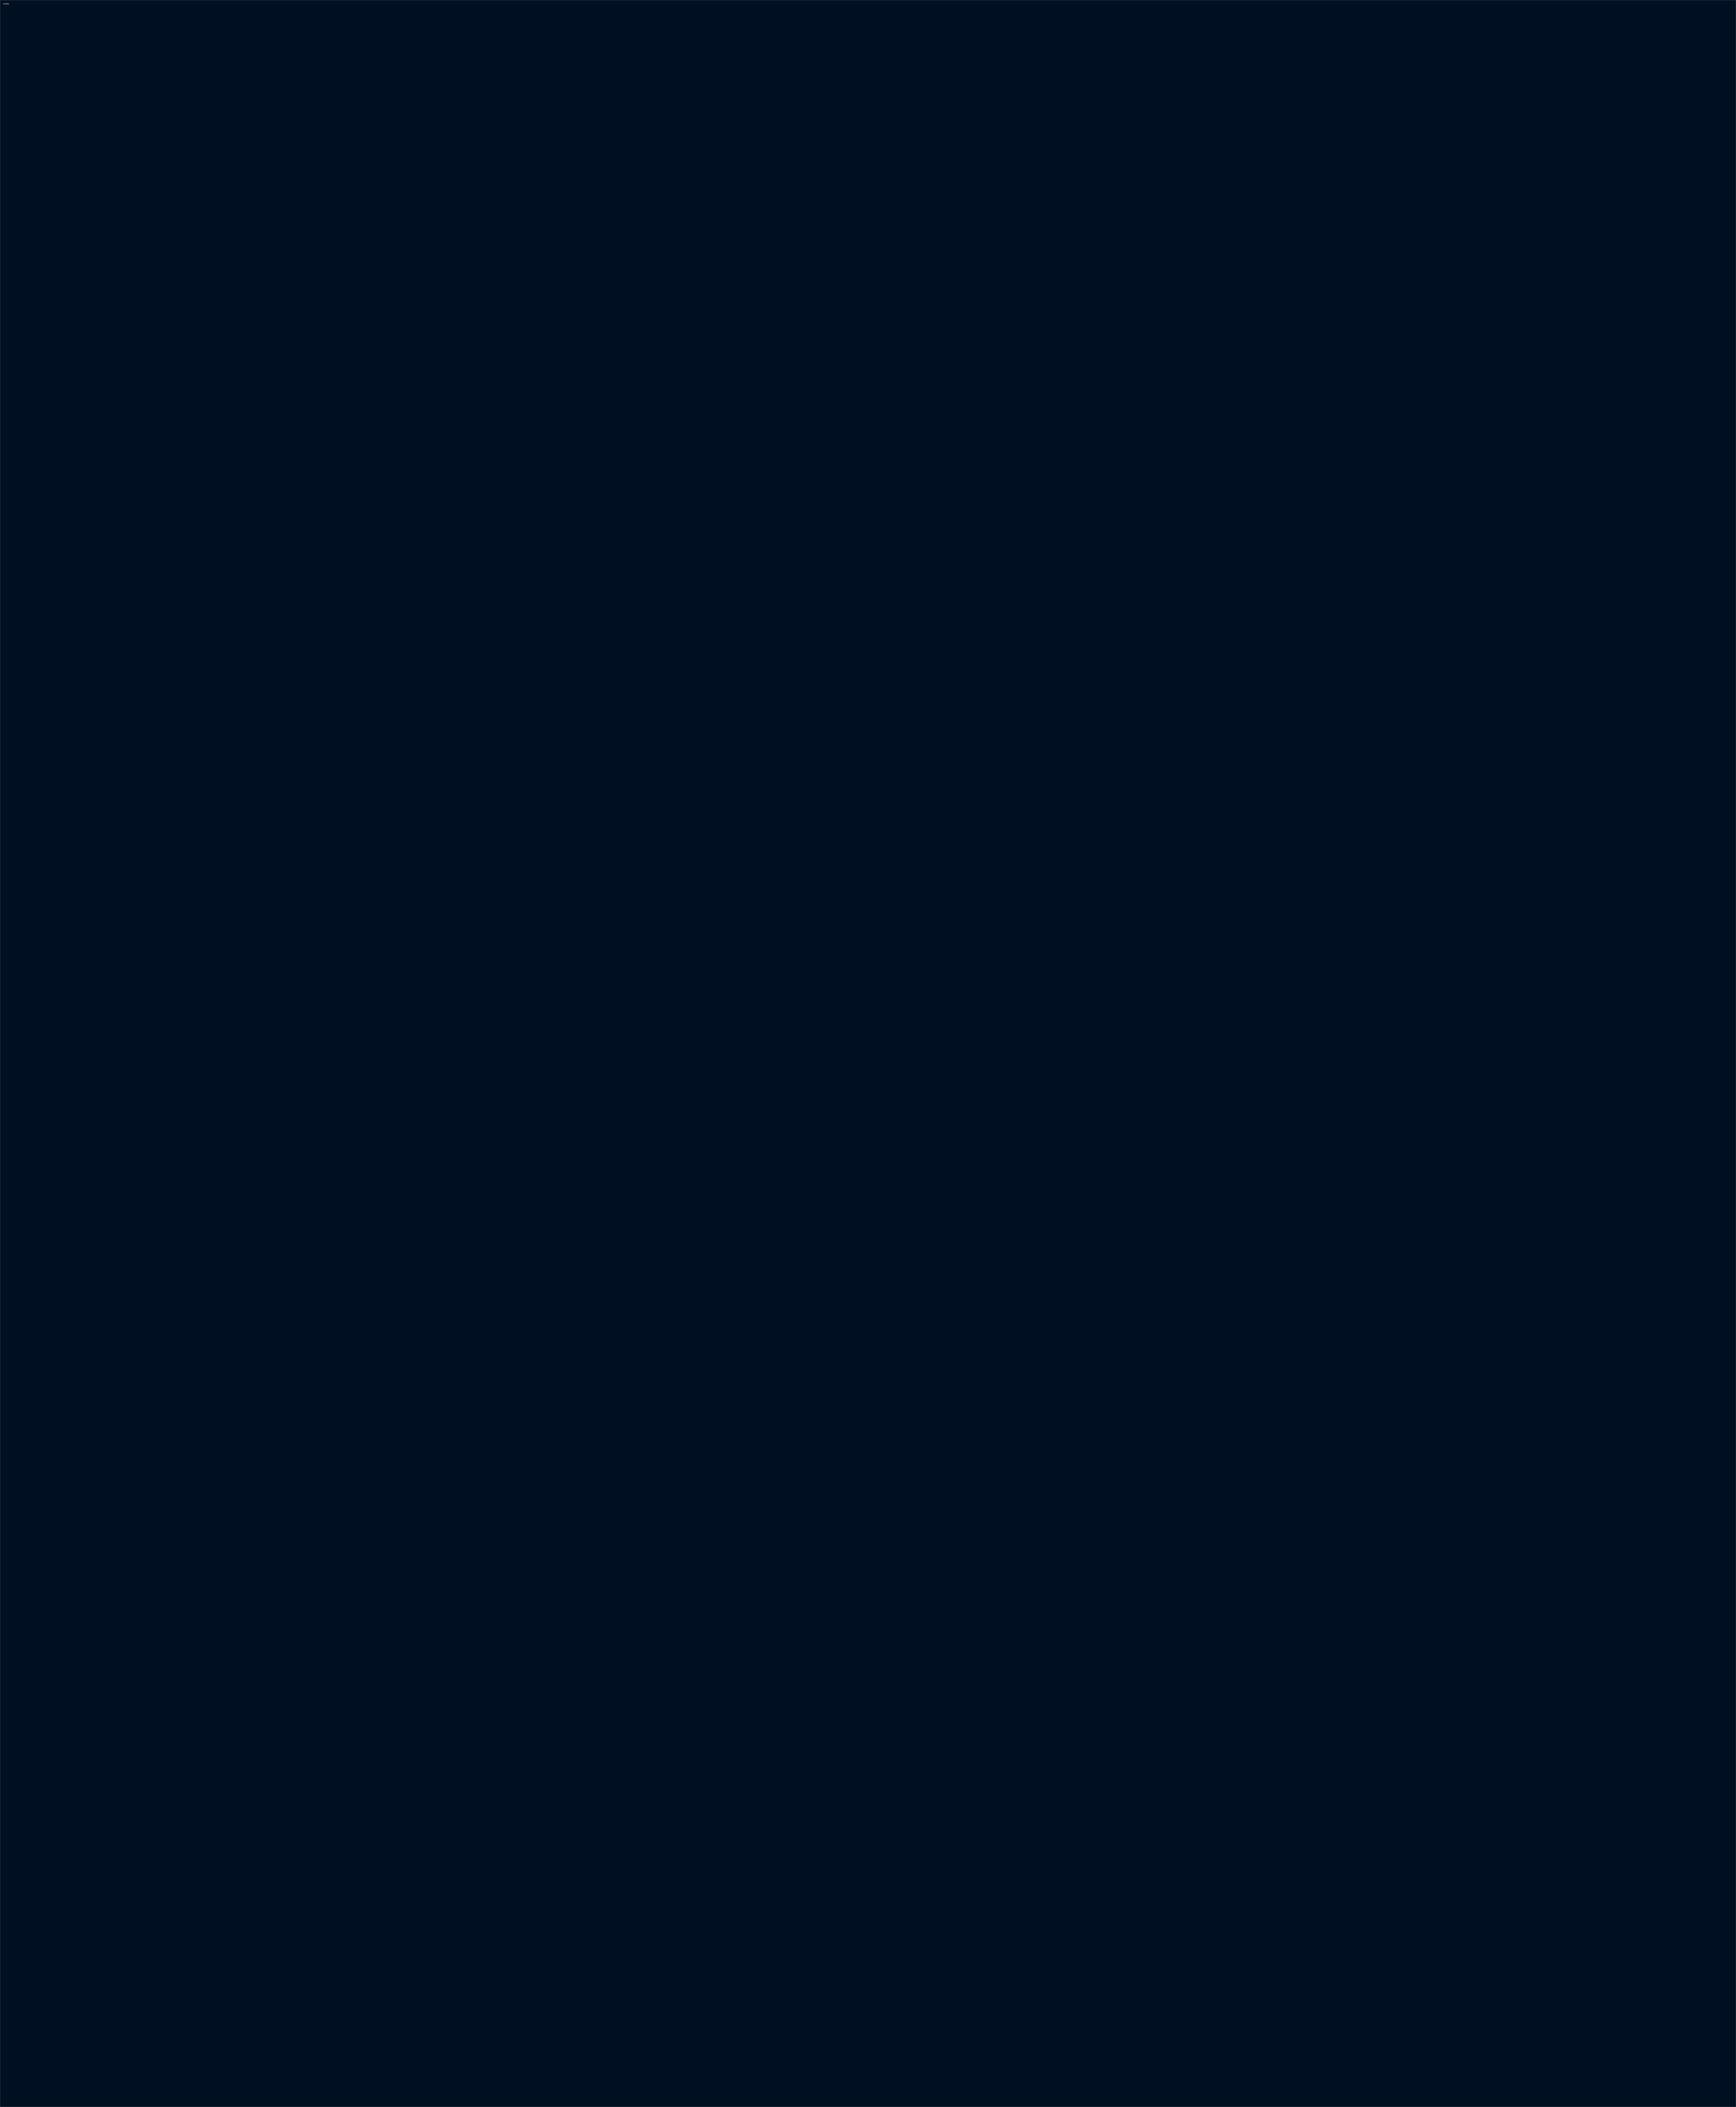
<source format=kicad_pcb>
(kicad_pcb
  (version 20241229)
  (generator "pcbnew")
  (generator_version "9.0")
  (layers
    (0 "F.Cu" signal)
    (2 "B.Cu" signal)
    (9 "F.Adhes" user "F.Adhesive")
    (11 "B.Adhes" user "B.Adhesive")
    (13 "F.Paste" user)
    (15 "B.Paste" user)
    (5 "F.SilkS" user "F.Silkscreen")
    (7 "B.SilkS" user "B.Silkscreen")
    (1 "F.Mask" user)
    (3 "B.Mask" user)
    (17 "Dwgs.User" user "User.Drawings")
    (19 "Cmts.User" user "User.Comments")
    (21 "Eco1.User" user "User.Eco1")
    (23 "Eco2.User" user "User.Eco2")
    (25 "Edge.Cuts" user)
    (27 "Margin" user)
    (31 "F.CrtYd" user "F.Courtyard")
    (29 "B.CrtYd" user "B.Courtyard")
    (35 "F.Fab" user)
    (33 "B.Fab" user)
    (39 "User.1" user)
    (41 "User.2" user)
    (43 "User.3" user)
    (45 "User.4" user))
  (footprint "PGA208"
    (layer "F.Cu")
    (at 2.982 0.848)
    (property "Reference" "PGA208" (at 0 0 0) (layer "F.SilkS") (effects (font (size 1 1) (thickness 0.15))))
    (attr through_hole)
    (pad "0" thru_hole circle (at 255 233) (size 0.037 0.037) (drill 0.032) (layers "*.Cu" "*.Mask"))
    (pad "1" thru_hole circle (at 355 433) (size 0.037 0.037) (drill 0.032) (layers "*.Cu" "*.Mask"))
    (pad "2" thru_hole circle (at 155 233) (size 0.037 0.037) (drill 0.032) (layers "*.Cu" "*.Mask"))
    (pad "3" thru_hole circle (at 455 533) (size 0.037 0.037) (drill 0.032) (layers "*.Cu" "*.Mask"))
    (pad "4" thru_hole circle (at 255 333) (size 0.037 0.037) (drill 0.032) (layers "*.Cu" "*.Mask"))
    (pad "5" thru_hole circle (at 355 533) (size 0.037 0.037) (drill 0.032) (layers "*.Cu" "*.Mask"))
    (pad "6" thru_hole circle (at 155 333) (size 0.037 0.037) (drill 0.032) (layers "*.Cu" "*.Mask"))
    (pad "7" thru_hole circle (at 455 633) (size 0.037 0.037) (drill 0.032) (layers "*.Cu" "*.Mask"))
    (pad "8" thru_hole circle (at 255 433) (size 0.037 0.037) (drill 0.032) (layers "*.Cu" "*.Mask"))
    (pad "9" thru_hole circle (at 355 633) (size 0.037 0.037) (drill 0.032) (layers "*.Cu" "*.Mask"))
    (pad "10" thru_hole circle (at 155 433) (size 0.037 0.037) (drill 0.032) (layers "*.Cu" "*.Mask"))
    (pad "11" thru_hole circle (at 455 733) (size 0.037 0.037) (drill 0.032) (layers "*.Cu" "*.Mask"))
    (pad "12" thru_hole circle (at 255 533) (size 0.037 0.037) (drill 0.032) (layers "*.Cu" "*.Mask"))
    (pad "13" thru_hole circle (at 355 733) (size 0.037 0.037) (drill 0.032) (layers "*.Cu" "*.Mask"))
    (pad "14" thru_hole circle (at 155 533) (size 0.037 0.037) (drill 0.032) (layers "*.Cu" "*.Mask"))
    (pad "15" thru_hole circle (at 355 833) (size 0.037 0.037) (drill 0.032) (layers "*.Cu" "*.Mask"))
    (pad "16" thru_hole circle (at 255 633) (size 0.037 0.037) (drill 0.032) (layers "*.Cu" "*.Mask"))
    (pad "17" thru_hole circle (at 455 833) (size 0.037 0.037) (drill 0.032) (layers "*.Cu" "*.Mask"))
    (pad "18" thru_hole circle (at 155 633) (size 0.037 0.037) (drill 0.032) (layers "*.Cu" "*.Mask"))
    (pad "19" thru_hole circle (at 255 833) (size 0.037 0.037) (drill 0.032) (layers "*.Cu" "*.Mask"))
    (pad "20" thru_hole circle (at 255 733) (size 0.037 0.037) (drill 0.032) (layers "*.Cu" "*.Mask"))
    (pad "21" thru_hole circle (at 255 1033) (size 0.037 0.037) (drill 0.032) (layers "*.Cu" "*.Mask"))
    (pad "22" thru_hole circle (at 155 733) (size 0.037 0.037) (drill 0.032) (layers "*.Cu" "*.Mask"))
    (pad "23" thru_hole circle (at 355 1033) (size 0.037 0.037) (drill 0.032) (layers "*.Cu" "*.Mask"))
    (pad "24" thru_hole circle (at 155 833) (size 0.037 0.037) (drill 0.032) (layers "*.Cu" "*.Mask"))
    (pad "25" thru_hole circle (at 455 1033) (size 0.037 0.037) (drill 0.032) (layers "*.Cu" "*.Mask"))
    (pad "26" thru_hole circle (at 155 1033) (size 0.037 0.037) (drill 0.032) (layers "*.Cu" "*.Mask"))
    (pad "27" thru_hole circle (at 255 1133) (size 0.037 0.037) (drill 0.032) (layers "*.Cu" "*.Mask"))
    (pad "28" thru_hole circle (at 155 1133) (size 0.037 0.037) (drill 0.032) (layers "*.Cu" "*.Mask"))
    (pad "29" thru_hole circle (at 355 1133) (size 0.037 0.037) (drill 0.032) (layers "*.Cu" "*.Mask"))
    (pad "30" thru_hole circle (at 155 1233) (size 0.037 0.037) (drill 0.032) (layers "*.Cu" "*.Mask"))
    (pad "31" thru_hole circle (at 455 1133) (size 0.037 0.037) (drill 0.032) (layers "*.Cu" "*.Mask"))
    (pad "32" thru_hole circle (at 155 1333) (size 0.037 0.037) (drill 0.032) (layers "*.Cu" "*.Mask"))
    (pad "33" thru_hole circle (at 255 1233) (size 0.037 0.037) (drill 0.032) (layers "*.Cu" "*.Mask"))
    (pad "34" thru_hole circle (at 155 1433) (size 0.037 0.037) (drill 0.032) (layers "*.Cu" "*.Mask"))
    (pad "35" thru_hole circle (at 355 1233) (size 0.037 0.037) (drill 0.032) (layers "*.Cu" "*.Mask"))
    (pad "36" thru_hole circle (at 255 1333) (size 0.037 0.037) (drill 0.032) (layers "*.Cu" "*.Mask"))
    (pad "37" thru_hole circle (at 455 1233) (size 0.037 0.037) (drill 0.032) (layers "*.Cu" "*.Mask"))
    (pad "38" thru_hole circle (at 155 1633) (size 0.037 0.037) (drill 0.032) (layers "*.Cu" "*.Mask"))
    (pad "39" thru_hole circle (at 355 1333) (size 0.037 0.037) (drill 0.032) (layers "*.Cu" "*.Mask"))
    (pad "40" thru_hole circle (at 255 1433) (size 0.037 0.037) (drill 0.032) (layers "*.Cu" "*.Mask"))
    (pad "41" thru_hole circle (at 455 1333) (size 0.037 0.037) (drill 0.032) (layers "*.Cu" "*.Mask"))
    (pad "42" thru_hole circle (at 155 1833) (size 0.037 0.037) (drill 0.032) (layers "*.Cu" "*.Mask"))
    (pad "43" thru_hole circle (at 355 1433) (size 0.037 0.037) (drill 0.032) (layers "*.Cu" "*.Mask"))
    (pad "44" thru_hole circle (at 255 1633) (size 0.037 0.037) (drill 0.032) (layers "*.Cu" "*.Mask"))
    (pad "45" thru_hole circle (at 455 1433) (size 0.037 0.037) (drill 0.032) (layers "*.Cu" "*.Mask"))
    (pad "46" thru_hole circle (at 155 2033) (size 0.037 0.037) (drill 0.032) (layers "*.Cu" "*.Mask"))
    (pad "47" thru_hole circle (at 355 1633) (size 0.037 0.037) (drill 0.032) (layers "*.Cu" "*.Mask"))
    (pad "48" thru_hole circle (at 255 1833) (size 0.037 0.037) (drill 0.032) (layers "*.Cu" "*.Mask"))
    (pad "49" thru_hole circle (at 455 1633) (size 0.037 0.037) (drill 0.032) (layers "*.Cu" "*.Mask"))
    (pad "50" thru_hole circle (at 155 2133) (size 0.037 0.037) (drill 0.032) (layers "*.Cu" "*.Mask"))
    (pad "51" thru_hole circle (at 355 1833) (size 0.037 0.037) (drill 0.032) (layers "*.Cu" "*.Mask"))
    (pad "52" thru_hole circle (at 255 2033) (size 0.037 0.037) (drill 0.032) (layers "*.Cu" "*.Mask"))
    (pad "53" thru_hole circle (at 455 1833) (size 0.037 0.037) (drill 0.032) (layers "*.Cu" "*.Mask"))
    (pad "54" thru_hole circle (at 255 2133) (size 0.037 0.037) (drill 0.032) (layers "*.Cu" "*.Mask"))
    (pad "55" thru_hole circle (at 555 1633) (size 0.037 0.037) (drill 0.032) (layers "*.Cu" "*.Mask"))
    (pad "56" thru_hole circle (at 355 2033) (size 0.037 0.037) (drill 0.032) (layers "*.Cu" "*.Mask"))
    (pad "57" thru_hole circle (at 555 1833) (size 0.037 0.037) (drill 0.032) (layers "*.Cu" "*.Mask"))
    (pad "58" thru_hole circle (at 355 2133) (size 0.037 0.037) (drill 0.032) (layers "*.Cu" "*.Mask"))
    (pad "59" thru_hole circle (at 655 1633) (size 0.037 0.037) (drill 0.032) (layers "*.Cu" "*.Mask"))
    (pad "60" thru_hole circle (at 455 2033) (size 0.037 0.037) (drill 0.032) (layers "*.Cu" "*.Mask"))
    (pad "61" thru_hole circle (at 655 1833) (size 0.037 0.037) (drill 0.032) (layers "*.Cu" "*.Mask"))
    (pad "62" thru_hole circle (at 455 2133) (size 0.037 0.037) (drill 0.032) (layers "*.Cu" "*.Mask"))
    (pad "63" thru_hole circle (at 755 1633) (size 0.037 0.037) (drill 0.032) (layers "*.Cu" "*.Mask"))
    (pad "64" thru_hole circle (at 555 2033) (size 0.037 0.037) (drill 0.032) (layers "*.Cu" "*.Mask"))
    (pad "65" thru_hole circle (at 755 1833) (size 0.037 0.037) (drill 0.032) (layers "*.Cu" "*.Mask"))
    (pad "66" thru_hole circle (at 555 2133) (size 0.037 0.037) (drill 0.032) (layers "*.Cu" "*.Mask"))
    (pad "67" thru_hole circle (at 855 1833) (size 0.037 0.037) (drill 0.032) (layers "*.Cu" "*.Mask"))
    (pad "68" thru_hole circle (at 655 2033) (size 0.037 0.037) (drill 0.032) (layers "*.Cu" "*.Mask"))
    (pad "69" thru_hole circle (at 855 1633) (size 0.037 0.037) (drill 0.032) (layers "*.Cu" "*.Mask"))
    (pad "70" thru_hole circle (at 655 2133) (size 0.037 0.037) (drill 0.032) (layers "*.Cu" "*.Mask"))
    (pad "71" thru_hole circle (at 855 2033) (size 0.037 0.037) (drill 0.032) (layers "*.Cu" "*.Mask"))
    (pad "72" thru_hole circle (at 755 2033) (size 0.037 0.037) (drill 0.032) (layers "*.Cu" "*.Mask"))
    (pad "73" thru_hole circle (at 955 2033) (size 0.037 0.037) (drill 0.032) (layers "*.Cu" "*.Mask"))
    (pad "74" thru_hole circle (at 755 2133) (size 0.037 0.037) (drill 0.032) (layers "*.Cu" "*.Mask"))
    (pad "75" thru_hole circle (at 955 1833) (size 0.037 0.037) (drill 0.032) (layers "*.Cu" "*.Mask"))
    (pad "76" thru_hole circle (at 855 2133) (size 0.037 0.037) (drill 0.032) (layers "*.Cu" "*.Mask"))
    (pad "77" thru_hole circle (at 955 1633) (size 0.037 0.037) (drill 0.032) (layers "*.Cu" "*.Mask"))
    (pad "78" thru_hole circle (at 955 2133) (size 0.037 0.037) (drill 0.032) (layers "*.Cu" "*.Mask"))
    (pad "79" thru_hole circle (at 1055 2033) (size 0.037 0.037) (drill 0.032) (layers "*.Cu" "*.Mask"))
    (pad "80" thru_hole circle (at 1055 2133) (size 0.037 0.037) (drill 0.032) (layers "*.Cu" "*.Mask"))
    (pad "81" thru_hole circle (at 1055 1833) (size 0.037 0.037) (drill 0.032) (layers "*.Cu" "*.Mask"))
    (pad "82" thru_hole circle (at 1155 2133) (size 0.037 0.037) (drill 0.032) (layers "*.Cu" "*.Mask"))
    (pad "83" thru_hole circle (at 1055 1633) (size 0.037 0.037) (drill 0.032) (layers "*.Cu" "*.Mask"))
    (pad "84" thru_hole circle (at 1255 2133) (size 0.037 0.037) (drill 0.032) (layers "*.Cu" "*.Mask"))
    (pad "85" thru_hole circle (at 1155 2033) (size 0.037 0.037) (drill 0.032) (layers "*.Cu" "*.Mask"))
    (pad "86" thru_hole circle (at 1355 2133) (size 0.037 0.037) (drill 0.032) (layers "*.Cu" "*.Mask"))
    (pad "87" thru_hole circle (at 1155 1833) (size 0.037 0.037) (drill 0.032) (layers "*.Cu" "*.Mask"))
    (pad "88" thru_hole circle (at 1255 2033) (size 0.037 0.037) (drill 0.032) (layers "*.Cu" "*.Mask"))
    (pad "89" thru_hole circle (at 1155 1633) (size 0.037 0.037) (drill 0.032) (layers "*.Cu" "*.Mask"))
    (pad "90" thru_hole circle (at 1455 2133) (size 0.037 0.037) (drill 0.032) (layers "*.Cu" "*.Mask"))
    (pad "91" thru_hole circle (at 1255 1833) (size 0.037 0.037) (drill 0.032) (layers "*.Cu" "*.Mask"))
    (pad "92" thru_hole circle (at 1355 2033) (size 0.037 0.037) (drill 0.032) (layers "*.Cu" "*.Mask"))
    (pad "93" thru_hole circle (at 1255 1633) (size 0.037 0.037) (drill 0.032) (layers "*.Cu" "*.Mask"))
    (pad "94" thru_hole circle (at 1555 2133) (size 0.037 0.037) (drill 0.032) (layers "*.Cu" "*.Mask"))
    (pad "95" thru_hole circle (at 1355 1833) (size 0.037 0.037) (drill 0.032) (layers "*.Cu" "*.Mask"))
    (pad "96" thru_hole circle (at 1455 2033) (size 0.037 0.037) (drill 0.032) (layers "*.Cu" "*.Mask"))
    (pad "97" thru_hole circle (at 1355 1633) (size 0.037 0.037) (drill 0.032) (layers "*.Cu" "*.Mask"))
    (pad "98" thru_hole circle (at 1655 2133) (size 0.037 0.037) (drill 0.032) (layers "*.Cu" "*.Mask"))
    (pad "99" thru_hole circle (at 1455 1833) (size 0.037 0.037) (drill 0.032) (layers "*.Cu" "*.Mask"))
    (pad "100" thru_hole circle (at 1555 2033) (size 0.037 0.037) (drill 0.032) (layers "*.Cu" "*.Mask"))
    (pad "101" thru_hole circle (at 1455 1633) (size 0.037 0.037) (drill 0.032) (layers "*.Cu" "*.Mask"))
    (pad "102" thru_hole circle (at 1755 2133) (size 0.037 0.037) (drill 0.032) (layers "*.Cu" "*.Mask"))
    (pad "103" thru_hole circle (at 1555 1833) (size 0.037 0.037) (drill 0.032) (layers "*.Cu" "*.Mask"))
    (pad "104" thru_hole circle (at 1655 2033) (size 0.037 0.037) (drill 0.032) (layers "*.Cu" "*.Mask"))
    (pad "105" thru_hole circle (at 1555 1633) (size 0.037 0.037) (drill 0.032) (layers "*.Cu" "*.Mask"))
    (pad "106" thru_hole circle (at 1755 2033) (size 0.037 0.037) (drill 0.032) (layers "*.Cu" "*.Mask"))
    (pad "107" thru_hole circle (at 1455 1433) (size 0.037 0.037) (drill 0.032) (layers "*.Cu" "*.Mask"))
    (pad "108" thru_hole circle (at 1655 1833) (size 0.037 0.037) (drill 0.032) (layers "*.Cu" "*.Mask"))
    (pad "109" thru_hole circle (at 1555 1433) (size 0.037 0.037) (drill 0.032) (layers "*.Cu" "*.Mask"))
    (pad "110" thru_hole circle (at 1755 1833) (size 0.037 0.037) (drill 0.032) (layers "*.Cu" "*.Mask"))
    (pad "111" thru_hole circle (at 1455 1333) (size 0.037 0.037) (drill 0.032) (layers "*.Cu" "*.Mask"))
    (pad "112" thru_hole circle (at 1655 1633) (size 0.037 0.037) (drill 0.032) (layers "*.Cu" "*.Mask"))
    (pad "113" thru_hole circle (at 1555 1333) (size 0.037 0.037) (drill 0.032) (layers "*.Cu" "*.Mask"))
    (pad "114" thru_hole circle (at 1755 1633) (size 0.037 0.037) (drill 0.032) (layers "*.Cu" "*.Mask"))
    (pad "115" thru_hole circle (at 1455 1233) (size 0.037 0.037) (drill 0.032) (layers "*.Cu" "*.Mask"))
    (pad "116" thru_hole circle (at 1655 1433) (size 0.037 0.037) (drill 0.032) (layers "*.Cu" "*.Mask"))
    (pad "117" thru_hole circle (at 1555 1233) (size 0.037 0.037) (drill 0.032) (layers "*.Cu" "*.Mask"))
    (pad "118" thru_hole circle (at 1755 1433) (size 0.037 0.037) (drill 0.032) (layers "*.Cu" "*.Mask"))
    (pad "119" thru_hole circle (at 1555 1133) (size 0.037 0.037) (drill 0.032) (layers "*.Cu" "*.Mask"))
    (pad "120" thru_hole circle (at 1655 1333) (size 0.037 0.037) (drill 0.032) (layers "*.Cu" "*.Mask"))
    (pad "121" thru_hole circle (at 1455 1133) (size 0.037 0.037) (drill 0.032) (layers "*.Cu" "*.Mask"))
    (pad "122" thru_hole circle (at 1755 1333) (size 0.037 0.037) (drill 0.032) (layers "*.Cu" "*.Mask"))
    (pad "123" thru_hole circle (at 1655 1133) (size 0.037 0.037) (drill 0.032) (layers "*.Cu" "*.Mask"))
    (pad "124" thru_hole circle (at 1655 1233) (size 0.037 0.037) (drill 0.032) (layers "*.Cu" "*.Mask"))
    (pad "125" thru_hole circle (at 1655 1033) (size 0.037 0.037) (drill 0.032) (layers "*.Cu" "*.Mask"))
    (pad "126" thru_hole circle (at 1755 1233) (size 0.037 0.037) (drill 0.032) (layers "*.Cu" "*.Mask"))
    (pad "127" thru_hole circle (at 1555 1033) (size 0.037 0.037) (drill 0.032) (layers "*.Cu" "*.Mask"))
    (pad "128" thru_hole circle (at 1755 1133) (size 0.037 0.037) (drill 0.032) (layers "*.Cu" "*.Mask"))
    (pad "129" thru_hole circle (at 1455 1033) (size 0.037 0.037) (drill 0.032) (layers "*.Cu" "*.Mask"))
    (pad "130" thru_hole circle (at 1755 1033) (size 0.037 0.037) (drill 0.032) (layers "*.Cu" "*.Mask"))
    (pad "131" thru_hole circle (at 1655 833) (size 0.037 0.037) (drill 0.032) (layers "*.Cu" "*.Mask"))
    (pad "132" thru_hole circle (at 1755 833) (size 0.037 0.037) (drill 0.032) (layers "*.Cu" "*.Mask"))
    (pad "133" thru_hole circle (at 1555 833) (size 0.037 0.037) (drill 0.032) (layers "*.Cu" "*.Mask"))
    (pad "134" thru_hole circle (at 1755 733) (size 0.037 0.037) (drill 0.032) (layers "*.Cu" "*.Mask"))
    (pad "135" thru_hole circle (at 1455 833) (size 0.037 0.037) (drill 0.032) (layers "*.Cu" "*.Mask"))
    (pad "136" thru_hole circle (at 1755 633) (size 0.037 0.037) (drill 0.032) (layers "*.Cu" "*.Mask"))
    (pad "137" thru_hole circle (at 1655 733) (size 0.037 0.037) (drill 0.032) (layers "*.Cu" "*.Mask"))
    (pad "138" thru_hole circle (at 1755 533) (size 0.037 0.037) (drill 0.032) (layers "*.Cu" "*.Mask"))
    (pad "139" thru_hole circle (at 1555 733) (size 0.037 0.037) (drill 0.032) (layers "*.Cu" "*.Mask"))
    (pad "140" thru_hole circle (at 1655 633) (size 0.037 0.037) (drill 0.032) (layers "*.Cu" "*.Mask"))
    (pad "141" thru_hole circle (at 1455 733) (size 0.037 0.037) (drill 0.032) (layers "*.Cu" "*.Mask"))
    (pad "142" thru_hole circle (at 1755 433) (size 0.037 0.037) (drill 0.032) (layers "*.Cu" "*.Mask"))
    (pad "143" thru_hole circle (at 1555 633) (size 0.037 0.037) (drill 0.032) (layers "*.Cu" "*.Mask"))
    (pad "144" thru_hole circle (at 1655 533) (size 0.037 0.037) (drill 0.032) (layers "*.Cu" "*.Mask"))
    (pad "145" thru_hole circle (at 1455 633) (size 0.037 0.037) (drill 0.032) (layers "*.Cu" "*.Mask"))
    (pad "146" thru_hole circle (at 1755 333) (size 0.037 0.037) (drill 0.032) (layers "*.Cu" "*.Mask"))
    (pad "147" thru_hole circle (at 1555 533) (size 0.037 0.037) (drill 0.032) (layers "*.Cu" "*.Mask"))
    (pad "148" thru_hole circle (at 1655 433) (size 0.037 0.037) (drill 0.032) (layers "*.Cu" "*.Mask"))
    (pad "149" thru_hole circle (at 1455 533) (size 0.037 0.037) (drill 0.032) (layers "*.Cu" "*.Mask"))
    (pad "150" thru_hole circle (at 1755 233) (size 0.037 0.037) (drill 0.032) (layers "*.Cu" "*.Mask"))
    (pad "151" thru_hole circle (at 1555 433) (size 0.037 0.037) (drill 0.032) (layers "*.Cu" "*.Mask"))
    (pad "152" thru_hole circle (at 1655 333) (size 0.037 0.037) (drill 0.032) (layers "*.Cu" "*.Mask"))
    (pad "153" thru_hole circle (at 1455 433) (size 0.037 0.037) (drill 0.032) (layers "*.Cu" "*.Mask"))
    (pad "154" thru_hole circle (at 1755 133) (size 0.037 0.037) (drill 0.032) (layers "*.Cu" "*.Mask"))
    (pad "155" thru_hole circle (at 1555 333) (size 0.037 0.037) (drill 0.032) (layers "*.Cu" "*.Mask"))
    (pad "156" thru_hole circle (at 1655 233) (size 0.037 0.037) (drill 0.032) (layers "*.Cu" "*.Mask"))
    (pad "157" thru_hole circle (at 1455 333) (size 0.037 0.037) (drill 0.032) (layers "*.Cu" "*.Mask"))
    (pad "158" thru_hole circle (at 1655 133) (size 0.037 0.037) (drill 0.032) (layers "*.Cu" "*.Mask"))
    (pad "159" thru_hole circle (at 1355 433) (size 0.037 0.037) (drill 0.032) (layers "*.Cu" "*.Mask"))
    (pad "160" thru_hole circle (at 1555 233) (size 0.037 0.037) (drill 0.032) (layers "*.Cu" "*.Mask"))
    (pad "161" thru_hole circle (at 1355 333) (size 0.037 0.037) (drill 0.032) (layers "*.Cu" "*.Mask"))
    (pad "162" thru_hole circle (at 1555 133) (size 0.037 0.037) (drill 0.032) (layers "*.Cu" "*.Mask"))
    (pad "163" thru_hole circle (at 1255 433) (size 0.037 0.037) (drill 0.032) (layers "*.Cu" "*.Mask"))
    (pad "164" thru_hole circle (at 1455 233) (size 0.037 0.037) (drill 0.032) (layers "*.Cu" "*.Mask"))
    (pad "165" thru_hole circle (at 1255 333) (size 0.037 0.037) (drill 0.032) (layers "*.Cu" "*.Mask"))
    (pad "166" thru_hole circle (at 1455 133) (size 0.037 0.037) (drill 0.032) (layers "*.Cu" "*.Mask"))
    (pad "167" thru_hole circle (at 1155 433) (size 0.037 0.037) (drill 0.032) (layers "*.Cu" "*.Mask"))
    (pad "168" thru_hole circle (at 1355 233) (size 0.037 0.037) (drill 0.032) (layers "*.Cu" "*.Mask"))
    (pad "169" thru_hole circle (at 1155 333) (size 0.037 0.037) (drill 0.032) (layers "*.Cu" "*.Mask"))
    (pad "170" thru_hole circle (at 1355 133) (size 0.037 0.037) (drill 0.032) (layers "*.Cu" "*.Mask"))
    (pad "171" thru_hole circle (at 1055 333) (size 0.037 0.037) (drill 0.032) (layers "*.Cu" "*.Mask"))
    (pad "172" thru_hole circle (at 1255 233) (size 0.037 0.037) (drill 0.032) (layers "*.Cu" "*.Mask"))
    (pad "173" thru_hole circle (at 1055 433) (size 0.037 0.037) (drill 0.032) (layers "*.Cu" "*.Mask"))
    (pad "174" thru_hole circle (at 1255 133) (size 0.037 0.037) (drill 0.032) (layers "*.Cu" "*.Mask"))
    (pad "175" thru_hole circle (at 1055 233) (size 0.037 0.037) (drill 0.032) (layers "*.Cu" "*.Mask"))
    (pad "176" thru_hole circle (at 1155 233) (size 0.037 0.037) (drill 0.032) (layers "*.Cu" "*.Mask"))
    (pad "177" thru_hole circle (at 955 233) (size 0.037 0.037) (drill 0.032) (layers "*.Cu" "*.Mask"))
    (pad "178" thru_hole circle (at 1155 133) (size 0.037 0.037) (drill 0.032) (layers "*.Cu" "*.Mask"))
    (pad "179" thru_hole circle (at 955 333) (size 0.037 0.037) (drill 0.032) (layers "*.Cu" "*.Mask"))
    (pad "180" thru_hole circle (at 1055 133) (size 0.037 0.037) (drill 0.032) (layers "*.Cu" "*.Mask"))
    (pad "181" thru_hole circle (at 955 433) (size 0.037 0.037) (drill 0.032) (layers "*.Cu" "*.Mask"))
    (pad "182" thru_hole circle (at 955 133) (size 0.037 0.037) (drill 0.032) (layers "*.Cu" "*.Mask"))
    (pad "183" thru_hole circle (at 855 233) (size 0.037 0.037) (drill 0.032) (layers "*.Cu" "*.Mask"))
    (pad "184" thru_hole circle (at 855 133) (size 0.037 0.037) (drill 0.032) (layers "*.Cu" "*.Mask"))
    (pad "185" thru_hole circle (at 855 333) (size 0.037 0.037) (drill 0.032) (layers "*.Cu" "*.Mask"))
    (pad "186" thru_hole circle (at 755 133) (size 0.037 0.037) (drill 0.032) (layers "*.Cu" "*.Mask"))
    (pad "187" thru_hole circle (at 855 433) (size 0.037 0.037) (drill 0.032) (layers "*.Cu" "*.Mask"))
    (pad "188" thru_hole circle (at 655 133) (size 0.037 0.037) (drill 0.032) (layers "*.Cu" "*.Mask"))
    (pad "189" thru_hole circle (at 755 233) (size 0.037 0.037) (drill 0.032) (layers "*.Cu" "*.Mask"))
    (pad "190" thru_hole circle (at 555 133) (size 0.037 0.037) (drill 0.032) (layers "*.Cu" "*.Mask"))
    (pad "191" thru_hole circle (at 755 333) (size 0.037 0.037) (drill 0.032) (layers "*.Cu" "*.Mask"))
    (pad "192" thru_hole circle (at 655 233) (size 0.037 0.037) (drill 0.032) (layers "*.Cu" "*.Mask"))
    (pad "193" thru_hole circle (at 755 433) (size 0.037 0.037) (drill 0.032) (layers "*.Cu" "*.Mask"))
    (pad "194" thru_hole circle (at 455 133) (size 0.037 0.037) (drill 0.032) (layers "*.Cu" "*.Mask"))
    (pad "195" thru_hole circle (at 655 333) (size 0.037 0.037) (drill 0.032) (layers "*.Cu" "*.Mask"))
    (pad "196" thru_hole circle (at 555 233) (size 0.037 0.037) (drill 0.032) (layers "*.Cu" "*.Mask"))
    (pad "197" thru_hole circle (at 655 433) (size 0.037 0.037) (drill 0.032) (layers "*.Cu" "*.Mask"))
    (pad "198" thru_hole circle (at 355 133) (size 0.037 0.037) (drill 0.032) (layers "*.Cu" "*.Mask"))
    (pad "199" thru_hole circle (at 555 333) (size 0.037 0.037) (drill 0.032) (layers "*.Cu" "*.Mask"))
    (pad "200" thru_hole circle (at 455 233) (size 0.037 0.037) (drill 0.032) (layers "*.Cu" "*.Mask"))
    (pad "201" thru_hole circle (at 555 433) (size 0.037 0.037) (drill 0.032) (layers "*.Cu" "*.Mask"))
    (pad "202" thru_hole circle (at 255 133) (size 0.037 0.037) (drill 0.032) (layers "*.Cu" "*.Mask"))
    (pad "203" thru_hole circle (at 455 333) (size 0.037 0.037) (drill 0.032) (layers "*.Cu" "*.Mask"))
    (pad "204" thru_hole circle (at 355 233) (size 0.037 0.037) (drill 0.032) (layers "*.Cu" "*.Mask"))
    (pad "205" thru_hole circle (at 455 433) (size 0.037 0.037) (drill 0.032) (layers "*.Cu" "*.Mask"))
    (pad "206" thru_hole circle (at 155 133) (size 0.037 0.037) (drill 0.032) (layers "*.Cu" "*.Mask"))
    (pad "207" thru_hole circle (at 355 333) (size 0.037 0.037) (drill 0.032) (layers "*.Cu" "*.Mask")))
  (gr_rect
    (start -3 -3)
    (end 1761.001 2136.867)
    (stroke (width 0.1) (type default))
    (fill no)
    (layer "Edge.Cuts")))
</source>
